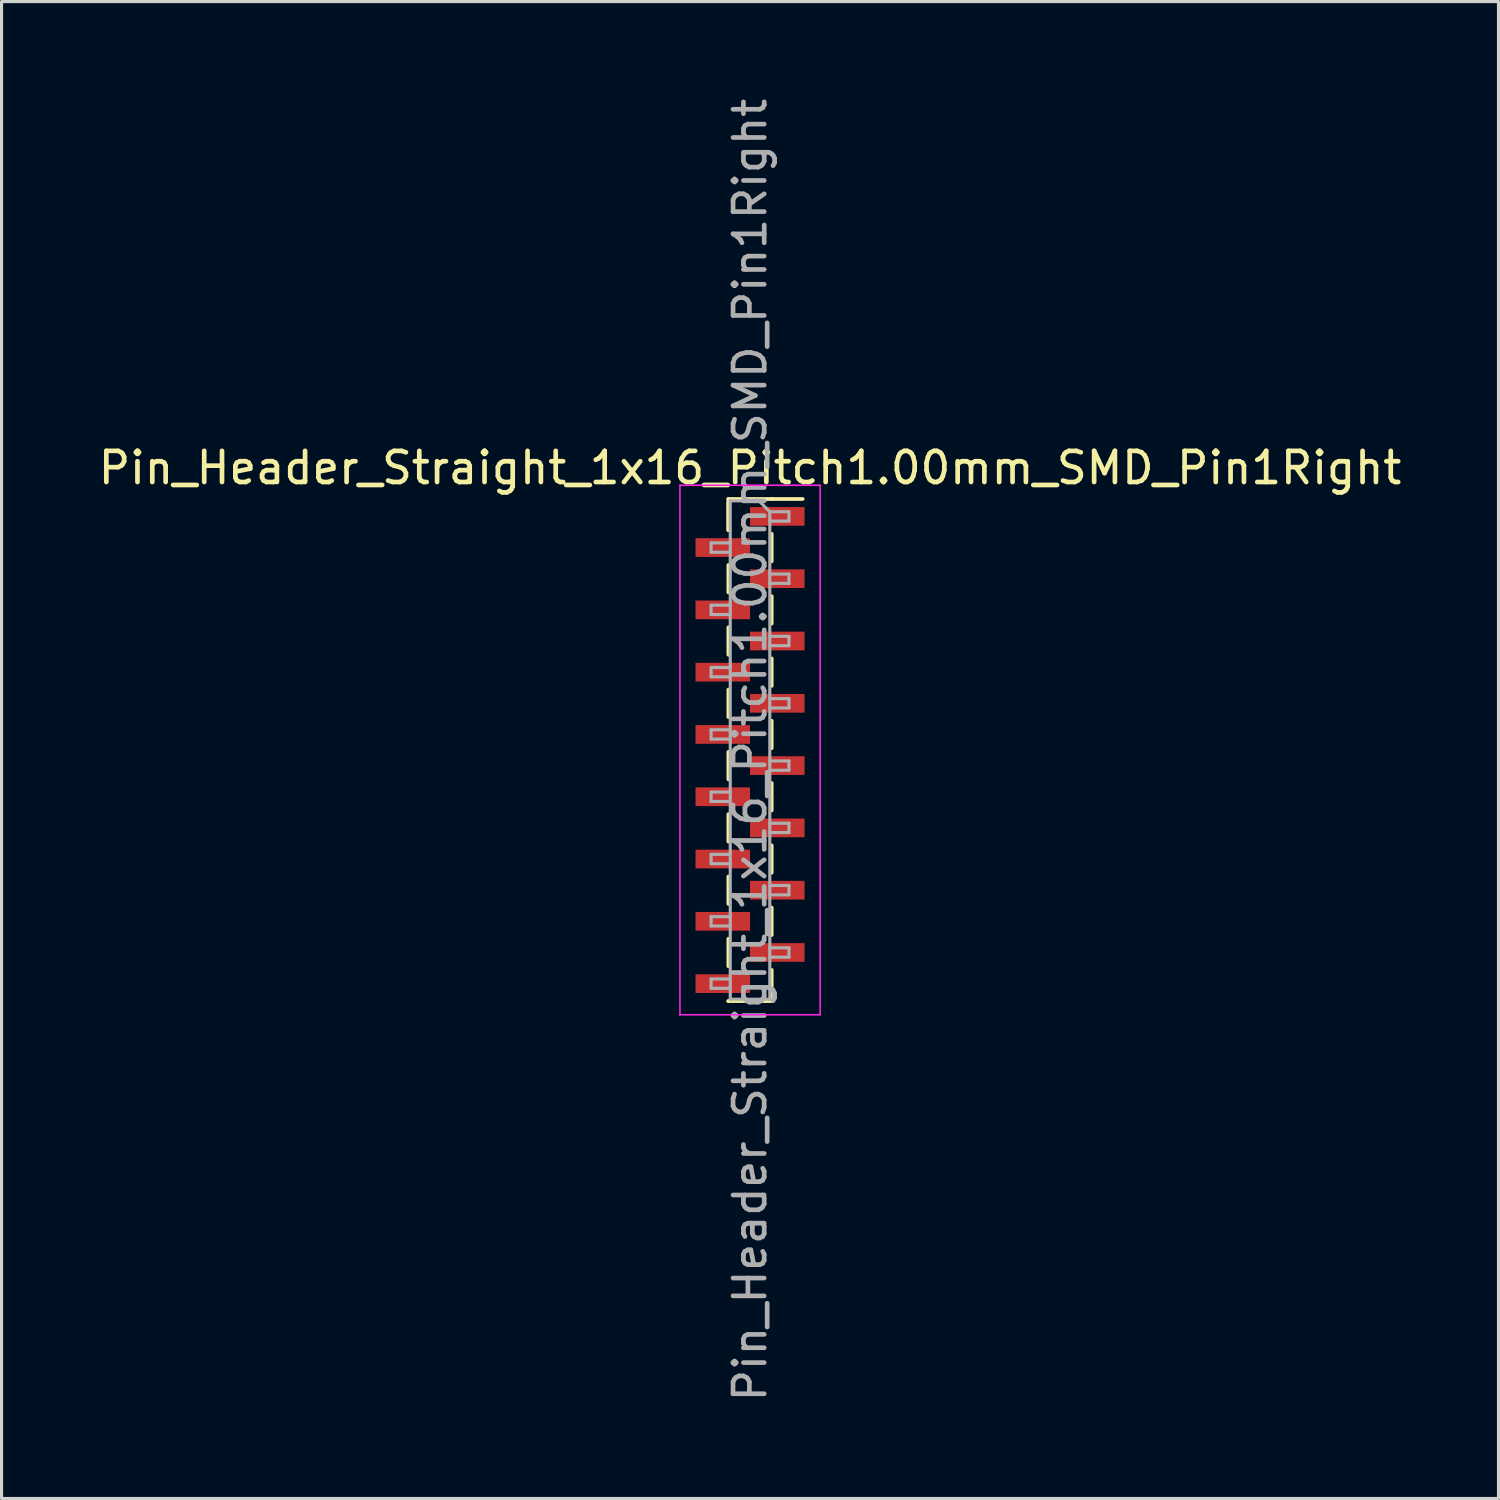
<source format=kicad_pcb>
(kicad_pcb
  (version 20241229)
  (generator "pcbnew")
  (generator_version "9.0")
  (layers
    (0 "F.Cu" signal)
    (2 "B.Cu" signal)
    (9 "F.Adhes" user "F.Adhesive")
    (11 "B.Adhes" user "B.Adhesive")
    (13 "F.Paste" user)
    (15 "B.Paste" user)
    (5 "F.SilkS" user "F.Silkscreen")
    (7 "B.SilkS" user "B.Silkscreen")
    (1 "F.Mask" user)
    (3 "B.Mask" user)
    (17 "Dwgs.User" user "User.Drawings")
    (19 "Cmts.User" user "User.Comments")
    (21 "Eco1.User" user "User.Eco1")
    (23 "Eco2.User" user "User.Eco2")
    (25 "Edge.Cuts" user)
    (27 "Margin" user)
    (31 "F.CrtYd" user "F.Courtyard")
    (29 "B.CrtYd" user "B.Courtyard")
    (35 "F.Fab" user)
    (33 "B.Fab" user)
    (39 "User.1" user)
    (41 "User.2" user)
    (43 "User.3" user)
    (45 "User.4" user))
  (footprint "Pin_Header_Straight_1x16_Pitch1.00mm_SMD_Pin1Right"
    (layer "F.Cu")
    (at 21.03 21.03)
    (property "Reference" "Pin_Header_Straight_1x16_Pitch1.00mm_SMD_Pin1Right" (at 0 -9.06 0) (layer "F.SilkS") (effects (font (size 1 1) (thickness 0.15))))
    (attr smd)
    (fp_line (start -0.695 -8.06) (end -0.695 -7.06) (stroke (width 0.12) (type solid)) (layer "F.SilkS"))
    (fp_line (start -0.695 -8.06) (end 0.695 -8.06) (stroke (width 0.12) (type solid)) (layer "F.SilkS"))
    (fp_line (start -0.695 -7.94) (end -0.695 -7.06) (stroke (width 0.12) (type solid)) (layer "F.SilkS"))
    (fp_line (start -0.695 -5.94) (end -0.695 -5.06) (stroke (width 0.12) (type solid)) (layer "F.SilkS"))
    (fp_line (start -0.695 -3.94) (end -0.695 -3.06) (stroke (width 0.12) (type solid)) (layer "F.SilkS"))
    (fp_line (start -0.695 -1.94) (end -0.695 -1.06) (stroke (width 0.12) (type solid)) (layer "F.SilkS"))
    (fp_line (start -0.695 0.06) (end -0.695 0.94) (stroke (width 0.12) (type solid)) (layer "F.SilkS"))
    (fp_line (start -0.695 2.06) (end -0.695 2.94) (stroke (width 0.12) (type solid)) (layer "F.SilkS"))
    (fp_line (start -0.695 4.06) (end -0.695 4.94) (stroke (width 0.12) (type solid)) (layer "F.SilkS"))
    (fp_line (start -0.695 6.06) (end -0.695 6.94) (stroke (width 0.12) (type solid)) (layer "F.SilkS"))
    (fp_line (start -0.695 8.06) (end -0.695 8.06) (stroke (width 0.12) (type solid)) (layer "F.SilkS"))
    (fp_line (start -0.695 8.06) (end 0.695 8.06) (stroke (width 0.12) (type solid)) (layer "F.SilkS"))
    (fp_line (start 0.695 -8.06) (end 0.695 -8.06) (stroke (width 0.12) (type solid)) (layer "F.SilkS"))
    (fp_line (start 0.695 -8.06) (end 1.69 -8.06) (stroke (width 0.12) (type solid)) (layer "F.SilkS"))
    (fp_line (start 0.695 -6.94) (end 0.695 -6.06) (stroke (width 0.12) (type solid)) (layer "F.SilkS"))
    (fp_line (start 0.695 -4.94) (end 0.695 -4.06) (stroke (width 0.12) (type solid)) (layer "F.SilkS"))
    (fp_line (start 0.695 -2.94) (end 0.695 -2.06) (stroke (width 0.12) (type solid)) (layer "F.SilkS"))
    (fp_line (start 0.695 -0.94) (end 0.695 -0.06) (stroke (width 0.12) (type solid)) (layer "F.SilkS"))
    (fp_line (start 0.695 1.06) (end 0.695 1.94) (stroke (width 0.12) (type solid)) (layer "F.SilkS"))
    (fp_line (start 0.695 3.06) (end 0.695 3.94) (stroke (width 0.12) (type solid)) (layer "F.SilkS"))
    (fp_line (start 0.695 5.06) (end 0.695 5.94) (stroke (width 0.12) (type solid)) (layer "F.SilkS"))
    (fp_line (start 0.695 7.06) (end 0.695 8.06) (stroke (width 0.12) (type solid)) (layer "F.SilkS"))
    (fp_line (start -2.25 -8.5) (end -2.25 8.5) (stroke (width 0.05) (type solid)) (layer "F.CrtYd"))
    (fp_line (start -2.25 8.5) (end 2.25 8.5) (stroke (width 0.05) (type solid)) (layer "F.CrtYd"))
    (fp_line (start 2.25 -8.5) (end -2.25 -8.5) (stroke (width 0.05) (type solid)) (layer "F.CrtYd"))
    (fp_line (start 2.25 8.5) (end 2.25 -8.5) (stroke (width 0.05) (type solid)) (layer "F.CrtYd"))
    (fp_line (start -1.25 -6.65) (end -1.25 -6.35) (stroke (width 0.1) (type solid)) (layer "F.Fab"))
    (fp_line (start -1.25 -6.35) (end -0.635 -6.35) (stroke (width 0.1) (type solid)) (layer "F.Fab"))
    (fp_line (start -1.25 -4.65) (end -1.25 -4.35) (stroke (width 0.1) (type solid)) (layer "F.Fab"))
    (fp_line (start -1.25 -4.35) (end -0.635 -4.35) (stroke (width 0.1) (type solid)) (layer "F.Fab"))
    (fp_line (start -1.25 -2.65) (end -1.25 -2.35) (stroke (width 0.1) (type solid)) (layer "F.Fab"))
    (fp_line (start -1.25 -2.35) (end -0.635 -2.35) (stroke (width 0.1) (type solid)) (layer "F.Fab"))
    (fp_line (start -1.25 -0.65) (end -1.25 -0.35) (stroke (width 0.1) (type solid)) (layer "F.Fab"))
    (fp_line (start -1.25 -0.35) (end -0.635 -0.35) (stroke (width 0.1) (type solid)) (layer "F.Fab"))
    (fp_line (start -1.25 1.35) (end -1.25 1.65) (stroke (width 0.1) (type solid)) (layer "F.Fab"))
    (fp_line (start -1.25 1.65) (end -0.635 1.65) (stroke (width 0.1) (type solid)) (layer "F.Fab"))
    (fp_line (start -1.25 3.35) (end -1.25 3.65) (stroke (width 0.1) (type solid)) (layer "F.Fab"))
    (fp_line (start -1.25 3.65) (end -0.635 3.65) (stroke (width 0.1) (type solid)) (layer "F.Fab"))
    (fp_line (start -1.25 5.35) (end -1.25 5.65) (stroke (width 0.1) (type solid)) (layer "F.Fab"))
    (fp_line (start -1.25 5.65) (end -0.635 5.65) (stroke (width 0.1) (type solid)) (layer "F.Fab"))
    (fp_line (start -1.25 7.35) (end -1.25 7.65) (stroke (width 0.1) (type solid)) (layer "F.Fab"))
    (fp_line (start -1.25 7.65) (end -0.635 7.65) (stroke (width 0.1) (type solid)) (layer "F.Fab"))
    (fp_line (start -0.635 -8) (end -0.635 8) (stroke (width 0.1) (type solid)) (layer "F.Fab"))
    (fp_line (start -0.635 -8) (end 0.285 -8) (stroke (width 0.1) (type solid)) (layer "F.Fab"))
    (fp_line (start -0.635 -6.65) (end -1.25 -6.65) (stroke (width 0.1) (type solid)) (layer "F.Fab"))
    (fp_line (start -0.635 -4.65) (end -1.25 -4.65) (stroke (width 0.1) (type solid)) (layer "F.Fab"))
    (fp_line (start -0.635 -2.65) (end -1.25 -2.65) (stroke (width 0.1) (type solid)) (layer "F.Fab"))
    (fp_line (start -0.635 -0.65) (end -1.25 -0.65) (stroke (width 0.1) (type solid)) (layer "F.Fab"))
    (fp_line (start -0.635 1.35) (end -1.25 1.35) (stroke (width 0.1) (type solid)) (layer "F.Fab"))
    (fp_line (start -0.635 3.35) (end -1.25 3.35) (stroke (width 0.1) (type solid)) (layer "F.Fab"))
    (fp_line (start -0.635 5.35) (end -1.25 5.35) (stroke (width 0.1) (type solid)) (layer "F.Fab"))
    (fp_line (start -0.635 7.35) (end -1.25 7.35) (stroke (width 0.1) (type solid)) (layer "F.Fab"))
    (fp_line (start 0.635 -7.65) (end 0.285 -8) (stroke (width 0.1) (type solid)) (layer "F.Fab"))
    (fp_line (start 0.635 -7.65) (end 1.25 -7.65) (stroke (width 0.1) (type solid)) (layer "F.Fab"))
    (fp_line (start 0.635 -5.65) (end 1.25 -5.65) (stroke (width 0.1) (type solid)) (layer "F.Fab"))
    (fp_line (start 0.635 -3.65) (end 1.25 -3.65) (stroke (width 0.1) (type solid)) (layer "F.Fab"))
    (fp_line (start 0.635 -1.65) (end 1.25 -1.65) (stroke (width 0.1) (type solid)) (layer "F.Fab"))
    (fp_line (start 0.635 0.35) (end 1.25 0.35) (stroke (width 0.1) (type solid)) (layer "F.Fab"))
    (fp_line (start 0.635 2.35) (end 1.25 2.35) (stroke (width 0.1) (type solid)) (layer "F.Fab"))
    (fp_line (start 0.635 4.35) (end 1.25 4.35) (stroke (width 0.1) (type solid)) (layer "F.Fab"))
    (fp_line (start 0.635 6.35) (end 1.25 6.35) (stroke (width 0.1) (type solid)) (layer "F.Fab"))
    (fp_line (start 0.635 8) (end -0.635 8) (stroke (width 0.1) (type solid)) (layer "F.Fab"))
    (fp_line (start 0.635 8) (end 0.635 -7.65) (stroke (width 0.1) (type solid)) (layer "F.Fab"))
    (fp_line (start 1.25 -7.65) (end 1.25 -7.35) (stroke (width 0.1) (type solid)) (layer "F.Fab"))
    (fp_line (start 1.25 -7.35) (end 0.635 -7.35) (stroke (width 0.1) (type solid)) (layer "F.Fab"))
    (fp_line (start 1.25 -5.65) (end 1.25 -5.35) (stroke (width 0.1) (type solid)) (layer "F.Fab"))
    (fp_line (start 1.25 -5.35) (end 0.635 -5.35) (stroke (width 0.1) (type solid)) (layer "F.Fab"))
    (fp_line (start 1.25 -3.65) (end 1.25 -3.35) (stroke (width 0.1) (type solid)) (layer "F.Fab"))
    (fp_line (start 1.25 -3.35) (end 0.635 -3.35) (stroke (width 0.1) (type solid)) (layer "F.Fab"))
    (fp_line (start 1.25 -1.65) (end 1.25 -1.35) (stroke (width 0.1) (type solid)) (layer "F.Fab"))
    (fp_line (start 1.25 -1.35) (end 0.635 -1.35) (stroke (width 0.1) (type solid)) (layer "F.Fab"))
    (fp_line (start 1.25 0.35) (end 1.25 0.65) (stroke (width 0.1) (type solid)) (layer "F.Fab"))
    (fp_line (start 1.25 0.65) (end 0.635 0.65) (stroke (width 0.1) (type solid)) (layer "F.Fab"))
    (fp_line (start 1.25 2.35) (end 1.25 2.65) (stroke (width 0.1) (type solid)) (layer "F.Fab"))
    (fp_line (start 1.25 2.65) (end 0.635 2.65) (stroke (width 0.1) (type solid)) (layer "F.Fab"))
    (fp_line (start 1.25 4.35) (end 1.25 4.65) (stroke (width 0.1) (type solid)) (layer "F.Fab"))
    (fp_line (start 1.25 4.65) (end 0.635 4.65) (stroke (width 0.1) (type solid)) (layer "F.Fab"))
    (fp_line (start 1.25 6.35) (end 1.25 6.65) (stroke (width 0.1) (type solid)) (layer "F.Fab"))
    (fp_line (start 1.25 6.65) (end 0.635 6.65) (stroke (width 0.1) (type solid)) (layer "F.Fab"))
    (fp_text user "${REFERENCE}" (at 0 0 90) (layer "F.Fab") (effects (font (size 1 1) (thickness 0.15))))
    (pad "1" smd rect (at 0.875 -7.5) (size 1.75 0.6) (layers "F.Cu" "F.Mask" "F.Paste"))
    (pad "2" smd rect (at -0.875 -6.5) (size 1.75 0.6) (layers "F.Cu" "F.Mask" "F.Paste"))
    (pad "3" smd rect (at 0.875 -5.5) (size 1.75 0.6) (layers "F.Cu" "F.Mask" "F.Paste"))
    (pad "4" smd rect (at -0.875 -4.5) (size 1.75 0.6) (layers "F.Cu" "F.Mask" "F.Paste"))
    (pad "5" smd rect (at 0.875 -3.5) (size 1.75 0.6) (layers "F.Cu" "F.Mask" "F.Paste"))
    (pad "6" smd rect (at -0.875 -2.5) (size 1.75 0.6) (layers "F.Cu" "F.Mask" "F.Paste"))
    (pad "7" smd rect (at 0.875 -1.5) (size 1.75 0.6) (layers "F.Cu" "F.Mask" "F.Paste"))
    (pad "8" smd rect (at -0.875 -0.5) (size 1.75 0.6) (layers "F.Cu" "F.Mask" "F.Paste"))
    (pad "9" smd rect (at 0.875 0.5) (size 1.75 0.6) (layers "F.Cu" "F.Mask" "F.Paste"))
    (pad "10" smd rect (at -0.875 1.5) (size 1.75 0.6) (layers "F.Cu" "F.Mask" "F.Paste"))
    (pad "11" smd rect (at 0.875 2.5) (size 1.75 0.6) (layers "F.Cu" "F.Mask" "F.Paste"))
    (pad "12" smd rect (at -0.875 3.5) (size 1.75 0.6) (layers "F.Cu" "F.Mask" "F.Paste"))
    (pad "13" smd rect (at 0.875 4.5) (size 1.75 0.6) (layers "F.Cu" "F.Mask" "F.Paste"))
    (pad "14" smd rect (at -0.875 5.5) (size 1.75 0.6) (layers "F.Cu" "F.Mask" "F.Paste"))
    (pad "15" smd rect (at 0.875 6.5) (size 1.75 0.6) (layers "F.Cu" "F.Mask" "F.Paste"))
    (pad "16" smd rect (at -0.875 7.5) (size 1.75 0.6) (layers "F.Cu" "F.Mask" "F.Paste")))
  (gr_rect
    (start -3 -3)
    (end 45.06 45.06)
    (stroke (width 0.1) (type default))
    (fill no)
    (layer "Edge.Cuts")))
</source>
